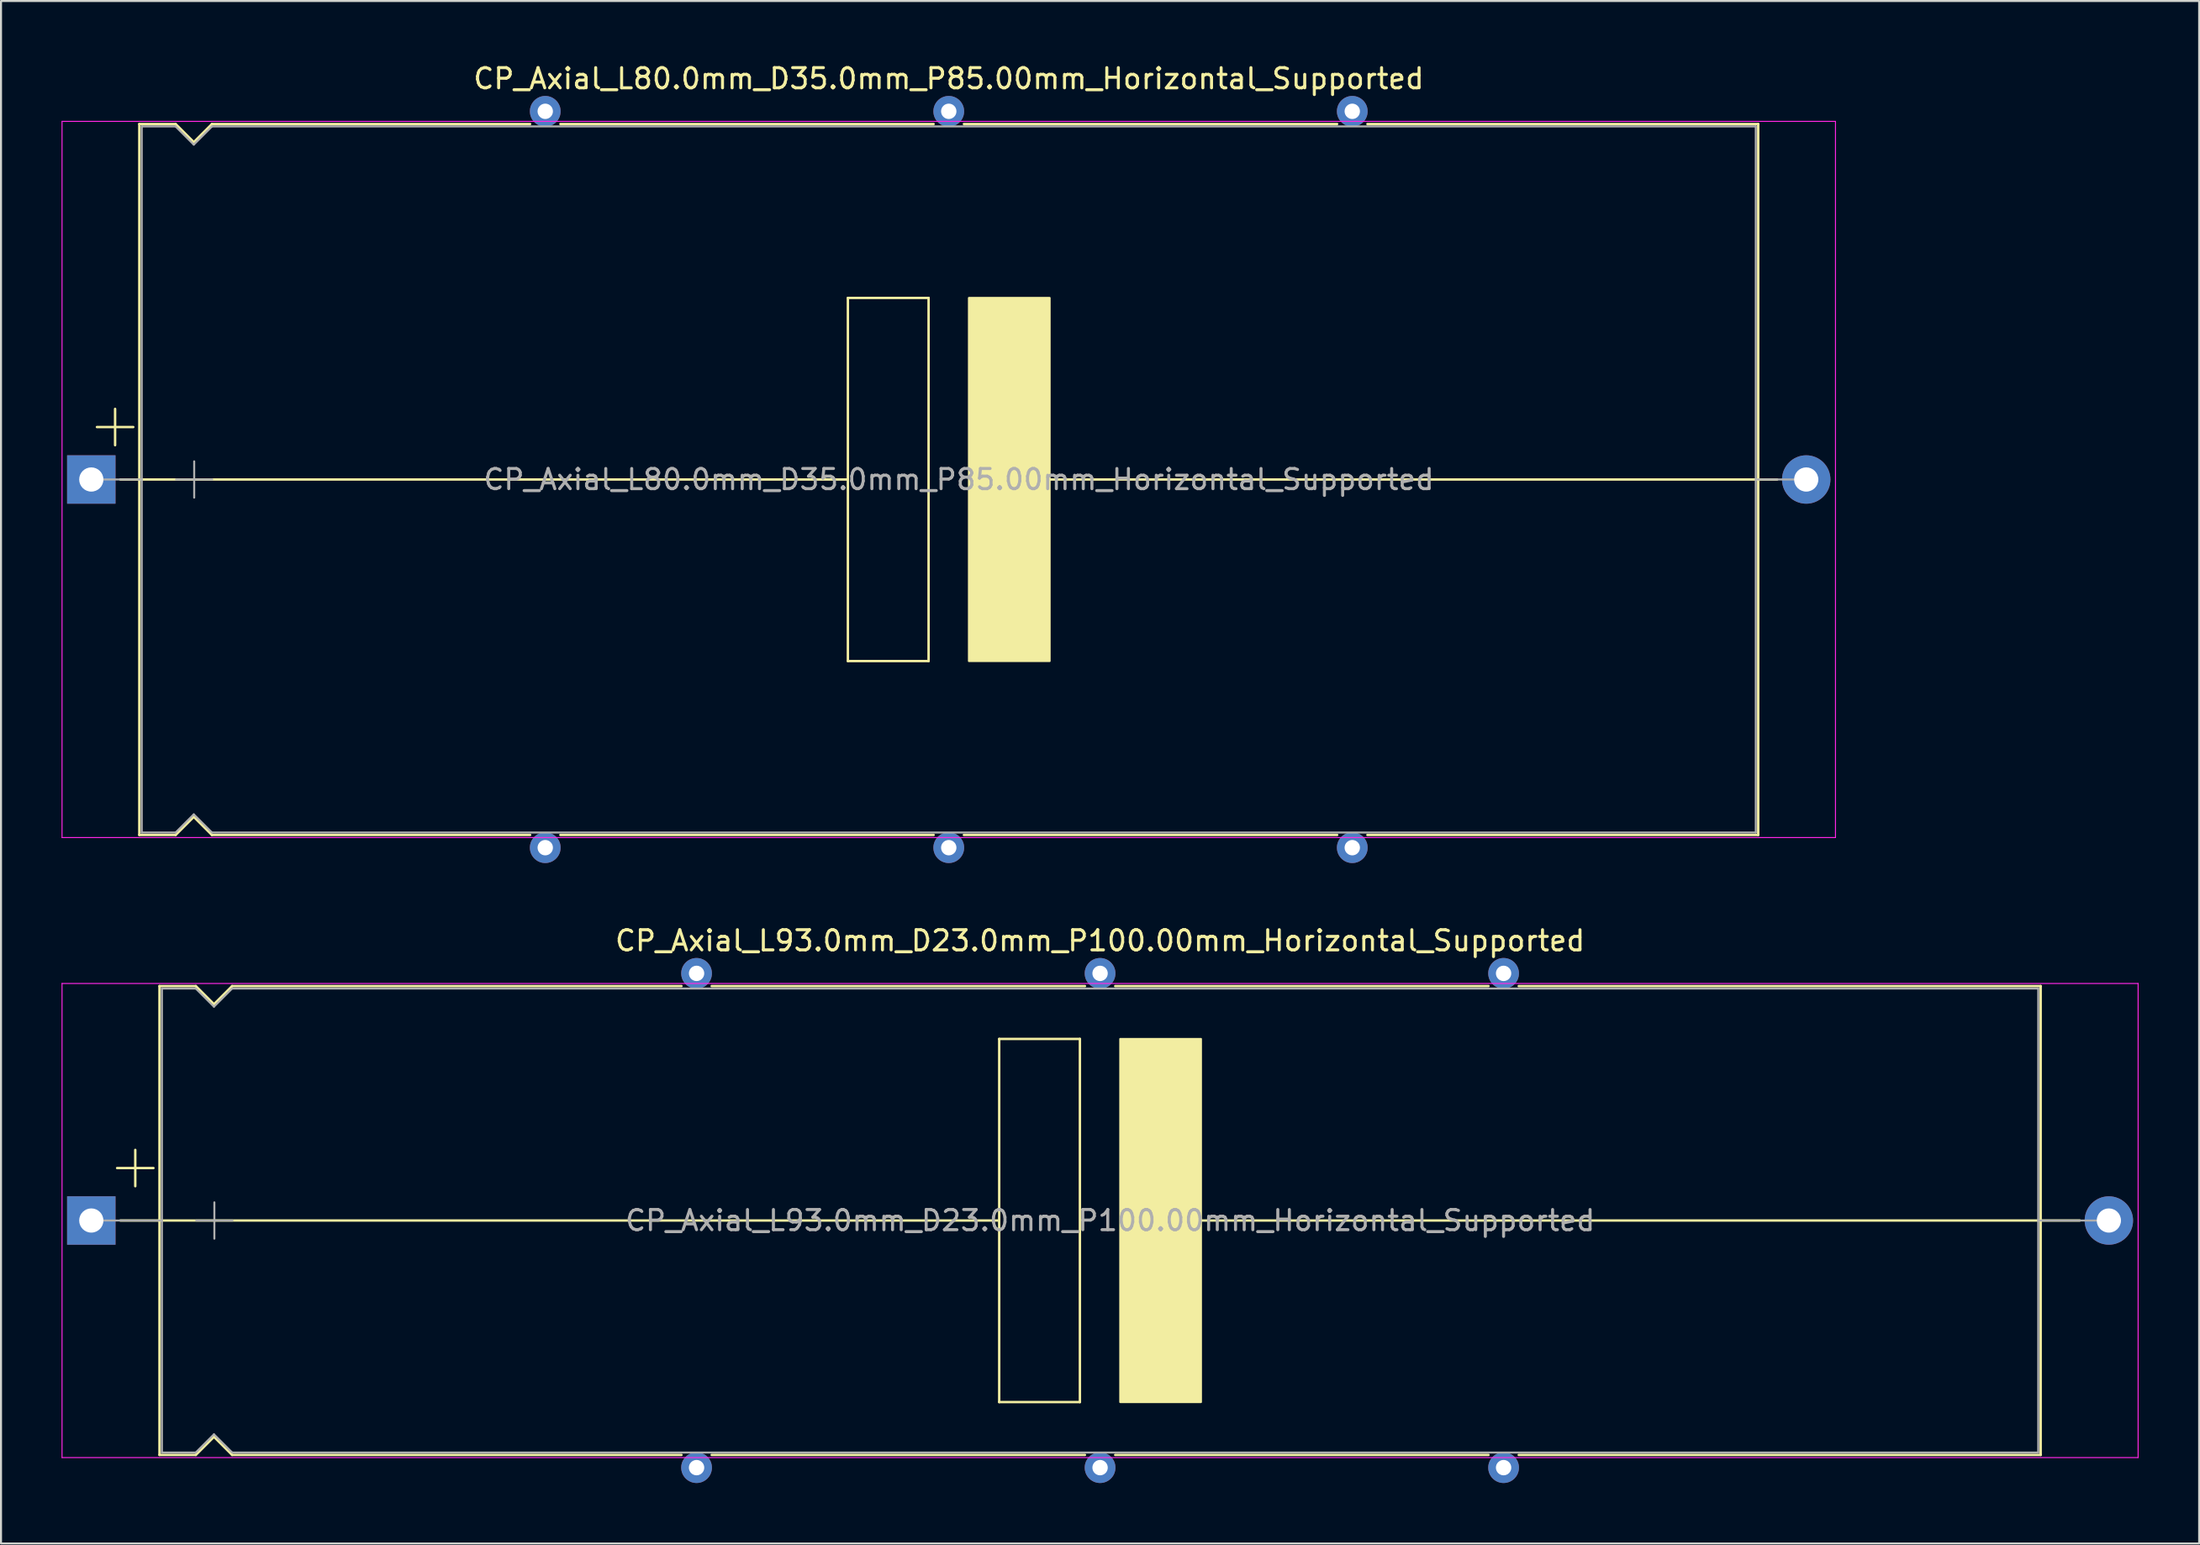
<source format=kicad_pcb>
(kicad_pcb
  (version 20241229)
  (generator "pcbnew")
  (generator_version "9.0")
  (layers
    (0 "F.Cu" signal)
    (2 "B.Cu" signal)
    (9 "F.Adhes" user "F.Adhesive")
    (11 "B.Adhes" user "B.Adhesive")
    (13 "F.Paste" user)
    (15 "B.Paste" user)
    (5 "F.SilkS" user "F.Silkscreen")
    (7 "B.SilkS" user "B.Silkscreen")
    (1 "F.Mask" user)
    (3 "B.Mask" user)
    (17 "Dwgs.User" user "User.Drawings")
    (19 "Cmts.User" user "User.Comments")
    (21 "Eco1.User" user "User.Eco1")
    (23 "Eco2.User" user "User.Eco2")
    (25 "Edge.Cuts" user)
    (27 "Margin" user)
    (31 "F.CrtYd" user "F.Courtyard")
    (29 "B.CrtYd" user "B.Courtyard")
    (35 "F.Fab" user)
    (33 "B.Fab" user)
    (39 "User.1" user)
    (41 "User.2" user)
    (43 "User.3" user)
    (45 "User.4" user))
  (footprint "CP_Axial_L93.0mm_D23.0mm_P100.00mm_Horizontal_Supported"
    (layer "F.Cu")
    (at 1.475 57.449)
    (property "Reference" "CP_Axial_L93.0mm_D23.0mm_P100.00mm_Horizontal_Supported" (at 50 -13.87 0) (layer "F.SilkS") (effects (font (size 1 1) (thickness 0.15))))
    (attr through_hole)
    (fp_line (start 1.28 -2.6) (end 3.08 -2.6) (stroke (width 0.12) (type solid)) (layer "F.SilkS"))
    (fp_line (start 1.44 0) (end 3.38 0) (stroke (width 0.12) (type solid)) (layer "F.SilkS"))
    (fp_line (start 2.18 -3.5) (end 2.18 -1.7) (stroke (width 0.12) (type solid)) (layer "F.SilkS"))
    (fp_line (start 3.38 -11.62) (end 3.38 11.62) (stroke (width 0.12) (type solid)) (layer "F.SilkS"))
    (fp_line (start 3.38 -11.62) (end 5.18 -11.62) (stroke (width 0.12) (type solid)) (layer "F.SilkS"))
    (fp_line (start 3.38 0) (end 45 0) (stroke (width 0.12) (type solid)) (layer "F.SilkS"))
    (fp_line (start 3.38 11.62) (end 5.18 11.62) (stroke (width 0.12) (type solid)) (layer "F.SilkS"))
    (fp_line (start 5.18 -11.62) (end 6.08 -10.72) (stroke (width 0.12) (type solid)) (layer "F.SilkS"))
    (fp_line (start 5.18 11.62) (end 6.08 10.72) (stroke (width 0.12) (type solid)) (layer "F.SilkS"))
    (fp_line (start 6.08 -10.72) (end 6.98 -11.62) (stroke (width 0.12) (type solid)) (layer "F.SilkS"))
    (fp_line (start 6.08 10.72) (end 6.98 11.62) (stroke (width 0.12) (type solid)) (layer "F.SilkS"))
    (fp_line (start 6.98 -11.62) (end 29.25 -11.62) (stroke (width 0.12) (type solid)) (layer "F.SilkS"))
    (fp_line (start 6.98 11.62) (end 29.25 11.62) (stroke (width 0.12) (type solid)) (layer "F.SilkS"))
    (fp_line (start 30.75 -11.62) (end 49.25 -11.62) (stroke (width 0.12) (type solid)) (layer "F.SilkS"))
    (fp_line (start 30.75 11.62) (end 49.25 11.62) (stroke (width 0.12) (type solid)) (layer "F.SilkS"))
    (fp_line (start 45 -9) (end 49 -9) (stroke (width 0.12) (type solid)) (layer "F.SilkS"))
    (fp_line (start 45 9) (end 45 -9) (stroke (width 0.12) (type solid)) (layer "F.SilkS"))
    (fp_line (start 49 -9) (end 49 9) (stroke (width 0.12) (type solid)) (layer "F.SilkS"))
    (fp_line (start 49 9) (end 45 9) (stroke (width 0.12) (type solid)) (layer "F.SilkS"))
    (fp_line (start 50.75 -11.62) (end 69.25 -11.62) (stroke (width 0.12) (type solid)) (layer "F.SilkS"))
    (fp_line (start 50.75 11.62) (end 69.25 11.62) (stroke (width 0.12) (type solid)) (layer "F.SilkS"))
    (fp_line (start 54.5 0) (end 96.62 0) (stroke (width 0.12) (type solid)) (layer "F.SilkS"))
    (fp_line (start 70.75 -11.62) (end 96.62 -11.62) (stroke (width 0.12) (type solid)) (layer "F.SilkS"))
    (fp_line (start 70.75 11.62) (end 96.62 11.62) (stroke (width 0.12) (type solid)) (layer "F.SilkS"))
    (fp_line (start 96.62 -11.62) (end 96.62 11.62) (stroke (width 0.12) (type solid)) (layer "F.SilkS"))
    (fp_line (start 98.56 0) (end 96.62 0) (stroke (width 0.12) (type solid)) (layer "F.SilkS"))
    (fp_poly (pts (xy 55 9) (xy 51 9) (xy 51 -9) (xy 55 -9)) (stroke (width 0.1) (type solid)) (fill yes) (layer "F.SilkS"))
    (fp_line (start -1.45 -11.75) (end -1.45 11.75) (stroke (width 0.05) (type solid)) (layer "F.CrtYd"))
    (fp_line (start -1.45 11.75) (end 101.45 11.75) (stroke (width 0.05) (type solid)) (layer "F.CrtYd"))
    (fp_line (start 101.45 -11.75) (end -1.45 -11.75) (stroke (width 0.05) (type solid)) (layer "F.CrtYd"))
    (fp_line (start 101.45 11.75) (end 101.45 -11.75) (stroke (width 0.05) (type solid)) (layer "F.CrtYd"))
    (fp_line (start 0 0) (end 3.5 0) (stroke (width 0.1) (type solid)) (layer "F.Fab"))
    (fp_line (start 3.5 -11.5) (end 3.5 11.5) (stroke (width 0.1) (type solid)) (layer "F.Fab"))
    (fp_line (start 3.5 -11.5) (end 5.18 -11.5) (stroke (width 0.1) (type solid)) (layer "F.Fab"))
    (fp_line (start 3.5 11.5) (end 5.18 11.5) (stroke (width 0.1) (type solid)) (layer "F.Fab"))
    (fp_line (start 5.18 -11.5) (end 6.08 -10.6) (stroke (width 0.1) (type solid)) (layer "F.Fab"))
    (fp_line (start 5.18 11.5) (end 6.08 10.6) (stroke (width 0.1) (type solid)) (layer "F.Fab"))
    (fp_line (start 5.2 0) (end 7 0) (stroke (width 0.1) (type solid)) (layer "F.Fab"))
    (fp_line (start 6.08 -10.6) (end 6.98 -11.5) (stroke (width 0.1) (type solid)) (layer "F.Fab"))
    (fp_line (start 6.08 10.6) (end 6.98 11.5) (stroke (width 0.1) (type solid)) (layer "F.Fab"))
    (fp_line (start 6.1 -0.9) (end 6.1 0.9) (stroke (width 0.1) (type solid)) (layer "F.Fab"))
    (fp_line (start 6.98 -11.5) (end 96.5 -11.5) (stroke (width 0.1) (type solid)) (layer "F.Fab"))
    (fp_line (start 6.98 11.5) (end 96.5 11.5) (stroke (width 0.1) (type solid)) (layer "F.Fab"))
    (fp_line (start 96.5 -11.5) (end 96.5 11.5) (stroke (width 0.1) (type solid)) (layer "F.Fab"))
    (fp_line (start 100 0) (end 96.5 0) (stroke (width 0.1) (type solid)) (layer "F.Fab"))
    (fp_text user "${REFERENCE}" (at 50.5 0 0) (layer "F.Fab") (effects (font (size 1 1) (thickness 0.15))))
    (pad "" thru_hole circle (at 30 -12.25) (size 1.524 1.524) (drill 0.762) (layers "*.Cu" "*.Mask"))
    (pad "" thru_hole circle (at 30 12.25) (size 1.524 1.524) (drill 0.762) (layers "*.Cu" "*.Mask"))
    (pad "" thru_hole circle (at 50 -12.25) (size 1.524 1.524) (drill 0.762) (layers "*.Cu" "*.Mask"))
    (pad "" thru_hole circle (at 50 12.25) (size 1.524 1.524) (drill 0.762) (layers "*.Cu" "*.Mask"))
    (pad "" thru_hole circle (at 70 -12.25) (size 1.524 1.524) (drill 0.762) (layers "*.Cu" "*.Mask"))
    (pad "" thru_hole circle (at 70 12.25) (size 1.524 1.524) (drill 0.762) (layers "*.Cu" "*.Mask"))
    (pad "1" thru_hole rect (at 0 0) (size 2.4 2.4) (drill 1.2) (layers "*.Cu" "*.Mask"))
    (pad "2" thru_hole oval (at 100 0) (size 2.4 2.4) (drill 1.2) (layers "*.Cu" "*.Mask")))
  (footprint "CP_Axial_L80.0mm_D35.0mm_P85.00mm_Horizontal_Supported"
    (layer "F.Cu")
    (at 1.475 20.718)
    (property "Reference" "CP_Axial_L80.0mm_D35.0mm_P85.00mm_Horizontal_Supported" (at 42.5 -19.87 0) (layer "F.SilkS") (effects (font (size 1 1) (thickness 0.15))))
    (attr through_hole)
    (fp_line (start 0.28 -2.6) (end 2.08 -2.6) (stroke (width 0.12) (type solid)) (layer "F.SilkS"))
    (fp_line (start 1.18 -3.5) (end 1.18 -1.7) (stroke (width 0.12) (type solid)) (layer "F.SilkS"))
    (fp_line (start 1.44 0) (end 2.38 0) (stroke (width 0.12) (type solid)) (layer "F.SilkS"))
    (fp_line (start 2.38 -17.62) (end 2.38 17.62) (stroke (width 0.12) (type solid)) (layer "F.SilkS"))
    (fp_line (start 2.38 -17.62) (end 4.18 -17.62) (stroke (width 0.12) (type solid)) (layer "F.SilkS"))
    (fp_line (start 2.38 0) (end 37.5 0) (stroke (width 0.12) (type solid)) (layer "F.SilkS"))
    (fp_line (start 2.38 17.62) (end 4.18 17.62) (stroke (width 0.12) (type solid)) (layer "F.SilkS"))
    (fp_line (start 4.18 -17.62) (end 5.08 -16.72) (stroke (width 0.12) (type solid)) (layer "F.SilkS"))
    (fp_line (start 4.18 17.62) (end 5.08 16.72) (stroke (width 0.12) (type solid)) (layer "F.SilkS"))
    (fp_line (start 5.08 -16.72) (end 5.98 -17.62) (stroke (width 0.12) (type solid)) (layer "F.SilkS"))
    (fp_line (start 5.08 16.72) (end 5.98 17.62) (stroke (width 0.12) (type solid)) (layer "F.SilkS"))
    (fp_line (start 5.98 -17.62) (end 21.75 -17.62) (stroke (width 0.12) (type solid)) (layer "F.SilkS"))
    (fp_line (start 5.98 17.62) (end 21.75 17.62) (stroke (width 0.12) (type solid)) (layer "F.SilkS"))
    (fp_line (start 23.25 -17.62) (end 41.75 -17.62) (stroke (width 0.12) (type solid)) (layer "F.SilkS"))
    (fp_line (start 23.25 17.62) (end 41.75 17.62) (stroke (width 0.12) (type solid)) (layer "F.SilkS"))
    (fp_line (start 37.5 -9) (end 41.5 -9) (stroke (width 0.12) (type solid)) (layer "F.SilkS"))
    (fp_line (start 37.5 9) (end 37.5 -9) (stroke (width 0.12) (type solid)) (layer "F.SilkS"))
    (fp_line (start 41.5 -9) (end 41.5 9) (stroke (width 0.12) (type solid)) (layer "F.SilkS"))
    (fp_line (start 41.5 9) (end 37.5 9) (stroke (width 0.12) (type solid)) (layer "F.SilkS"))
    (fp_line (start 43.25 -17.62) (end 61.75 -17.62) (stroke (width 0.12) (type solid)) (layer "F.SilkS"))
    (fp_line (start 43.25 17.62) (end 61.75 17.62) (stroke (width 0.12) (type solid)) (layer "F.SilkS"))
    (fp_line (start 47 0) (end 82.62 0) (stroke (width 0.12) (type solid)) (layer "F.SilkS"))
    (fp_line (start 63.25 -17.62) (end 82.62 -17.62) (stroke (width 0.12) (type solid)) (layer "F.SilkS"))
    (fp_line (start 63.25 17.62) (end 82.62 17.62) (stroke (width 0.12) (type solid)) (layer "F.SilkS"))
    (fp_line (start 82.62 -17.62) (end 82.62 17.62) (stroke (width 0.12) (type solid)) (layer "F.SilkS"))
    (fp_line (start 83.56 0) (end 82.62 0) (stroke (width 0.12) (type solid)) (layer "F.SilkS"))
    (fp_poly (pts (xy 47.5 9) (xy 43.5 9) (xy 43.5 -9) (xy 47.5 -9)) (stroke (width 0.1) (type solid)) (fill yes) (layer "F.SilkS"))
    (fp_line (start -1.45 -17.75) (end -1.45 17.75) (stroke (width 0.05) (type solid)) (layer "F.CrtYd"))
    (fp_line (start -1.45 17.75) (end 86.45 17.75) (stroke (width 0.05) (type solid)) (layer "F.CrtYd"))
    (fp_line (start 86.45 -17.75) (end -1.45 -17.75) (stroke (width 0.05) (type solid)) (layer "F.CrtYd"))
    (fp_line (start 86.45 17.75) (end 86.45 -17.75) (stroke (width 0.05) (type solid)) (layer "F.CrtYd"))
    (fp_line (start 0 0) (end 2.5 0) (stroke (width 0.1) (type solid)) (layer "F.Fab"))
    (fp_line (start 2.5 -17.5) (end 2.5 17.5) (stroke (width 0.1) (type solid)) (layer "F.Fab"))
    (fp_line (start 2.5 -17.5) (end 4.18 -17.5) (stroke (width 0.1) (type solid)) (layer "F.Fab"))
    (fp_line (start 2.5 17.5) (end 4.18 17.5) (stroke (width 0.1) (type solid)) (layer "F.Fab"))
    (fp_line (start 4.18 -17.5) (end 5.08 -16.6) (stroke (width 0.1) (type solid)) (layer "F.Fab"))
    (fp_line (start 4.18 17.5) (end 5.08 16.6) (stroke (width 0.1) (type solid)) (layer "F.Fab"))
    (fp_line (start 4.2 0) (end 6 0) (stroke (width 0.1) (type solid)) (layer "F.Fab"))
    (fp_line (start 5.08 -16.6) (end 5.98 -17.5) (stroke (width 0.1) (type solid)) (layer "F.Fab"))
    (fp_line (start 5.08 16.6) (end 5.98 17.5) (stroke (width 0.1) (type solid)) (layer "F.Fab"))
    (fp_line (start 5.1 -0.9) (end 5.1 0.9) (stroke (width 0.1) (type solid)) (layer "F.Fab"))
    (fp_line (start 5.98 -17.5) (end 82.5 -17.5) (stroke (width 0.1) (type solid)) (layer "F.Fab"))
    (fp_line (start 5.98 17.5) (end 82.5 17.5) (stroke (width 0.1) (type solid)) (layer "F.Fab"))
    (fp_line (start 82.5 -17.5) (end 82.5 17.5) (stroke (width 0.1) (type solid)) (layer "F.Fab"))
    (fp_line (start 85 0) (end 82.5 0) (stroke (width 0.1) (type solid)) (layer "F.Fab"))
    (fp_text user "${REFERENCE}" (at 43 0 0) (layer "F.Fab") (effects (font (size 1 1) (thickness 0.15))))
    (pad "" thru_hole circle (at 22.5 -18.25) (size 1.524 1.524) (drill 0.762) (layers "*.Cu" "*.Mask"))
    (pad "" thru_hole circle (at 22.5 18.25) (size 1.524 1.524) (drill 0.762) (layers "*.Cu" "*.Mask"))
    (pad "" thru_hole circle (at 42.5 -18.25) (size 1.524 1.524) (drill 0.762) (layers "*.Cu" "*.Mask"))
    (pad "" thru_hole circle (at 42.5 18.25) (size 1.524 1.524) (drill 0.762) (layers "*.Cu" "*.Mask"))
    (pad "" thru_hole circle (at 62.5 -18.25) (size 1.524 1.524) (drill 0.762) (layers "*.Cu" "*.Mask"))
    (pad "" thru_hole circle (at 62.5 18.25) (size 1.524 1.524) (drill 0.762) (layers "*.Cu" "*.Mask"))
    (pad "1" thru_hole rect (at 0 0) (size 2.4 2.4) (drill 1.2) (layers "*.Cu" "*.Mask"))
    (pad "2" thru_hole oval (at 85 0) (size 2.4 2.4) (drill 1.2) (layers "*.Cu" "*.Mask")))
  (gr_rect
    (start -3 -3)
    (end 105.95 73.46)
    (stroke (width 0.1) (type default))
    (fill no)
    (layer "Edge.Cuts")))
</source>
